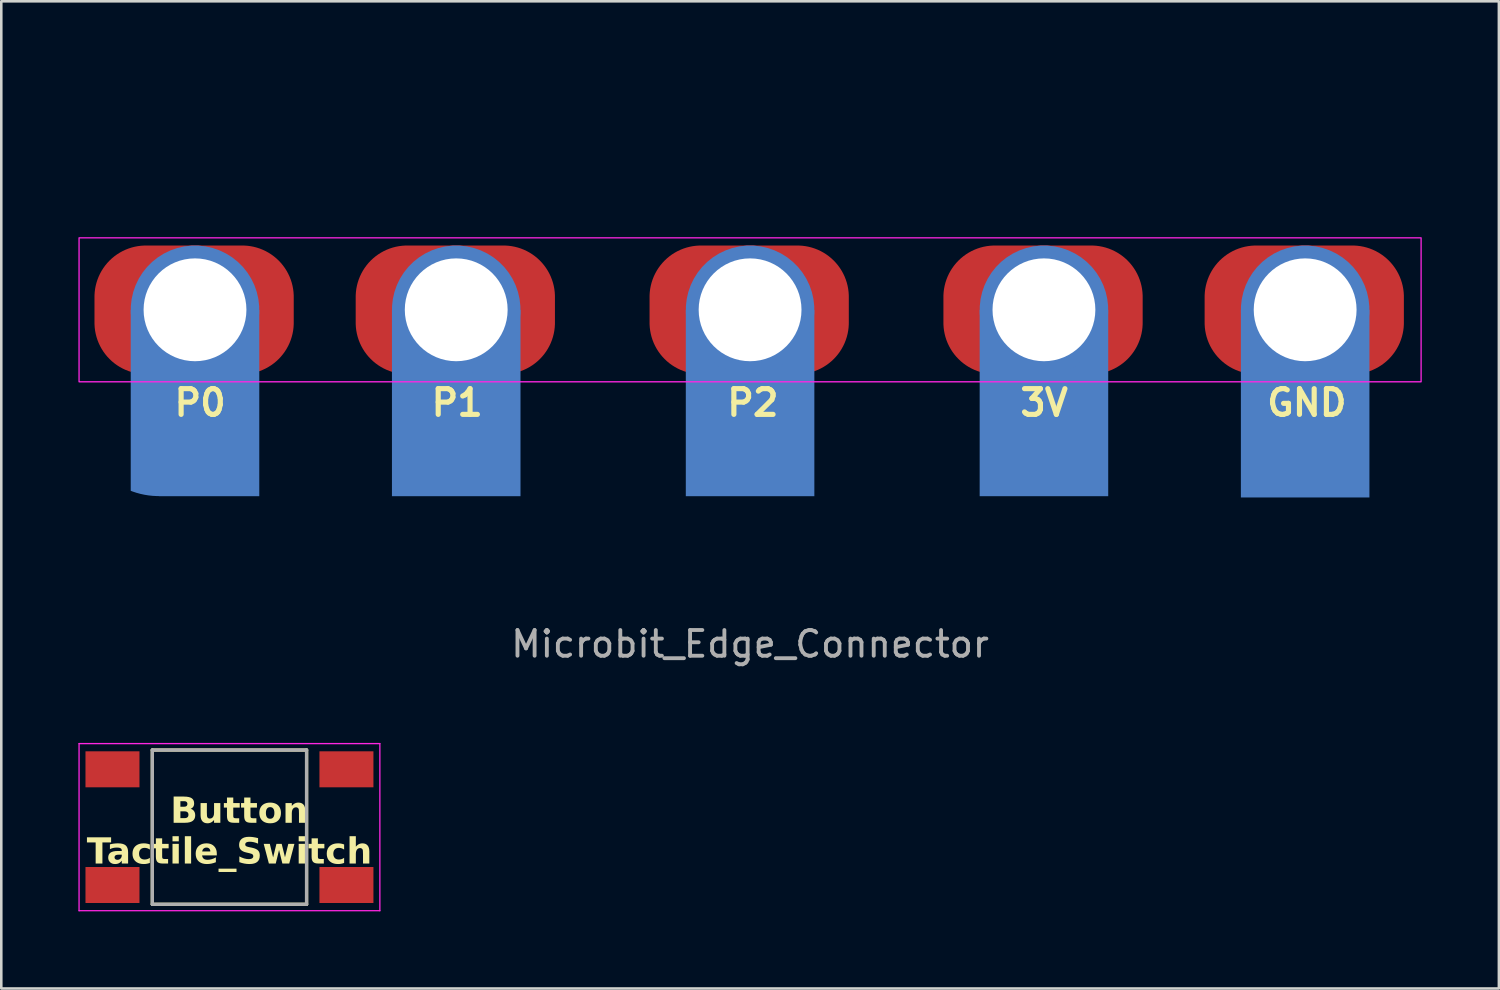
<source format=kicad_pcb>
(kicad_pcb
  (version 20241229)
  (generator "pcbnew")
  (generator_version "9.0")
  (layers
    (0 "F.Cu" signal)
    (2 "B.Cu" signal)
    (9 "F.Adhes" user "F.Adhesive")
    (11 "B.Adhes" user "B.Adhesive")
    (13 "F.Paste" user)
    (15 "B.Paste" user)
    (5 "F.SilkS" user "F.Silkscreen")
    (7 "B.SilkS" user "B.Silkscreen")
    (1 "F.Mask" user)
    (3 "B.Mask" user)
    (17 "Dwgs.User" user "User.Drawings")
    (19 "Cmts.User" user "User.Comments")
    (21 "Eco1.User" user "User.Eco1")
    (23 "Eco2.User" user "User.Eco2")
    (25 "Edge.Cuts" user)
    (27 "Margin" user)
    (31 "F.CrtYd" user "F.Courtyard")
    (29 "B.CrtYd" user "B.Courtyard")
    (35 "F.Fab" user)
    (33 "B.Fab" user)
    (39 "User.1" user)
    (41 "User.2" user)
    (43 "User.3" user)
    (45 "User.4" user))
  (footprint "Microbit_Edge_Connector"
    (layer "F.Cu")
    (at 26.125 9)
    (property "Reference" "Microbit_Edge_Connector" (at 0 13 0) (unlocked yes) (layer "F.Fab") (effects (font (size 1 1) (thickness 0.15))))
    (fp_poly (pts (xy -23 7.25) (xy -23.168 7.248) (xy -23.503 7.21) (xy -23.831 7.135) (xy -24.149 7.024) (xy -24.452 6.878) (xy -24.737 6.699) (xy -25.001 6.489) (xy -25.239 6.251) (xy -25.449 5.987) (xy -25.628 5.702) (xy -25.774 5.399) (xy -25.885 5.081) (xy -25.96 4.753) (xy -25.998 4.418) (xy -26 4.25) (xy -26 -9) (xy 26 -9) (xy 26 4.25) (xy 25.998 4.418) (xy 25.96 4.753) (xy 25.885 5.081) (xy 25.774 5.399) (xy 25.628 5.702) (xy 25.449 5.987) (xy 25.239 6.251) (xy 25.001 6.489) (xy 24.737 6.699) (xy 24.452 6.878) (xy 24.149 7.024) (xy 23.831 7.135) (xy 23.503 7.21) (xy 23.168 7.248) (xy 23 7.25)) (stroke (width 0) (type solid)) (fill yes) (layer "B.Mask"))
    (fp_rect (start -26.1 -2.8) (end 26.1 2.8) (stroke (width 0.05) (type default)) (fill no) (layer "F.CrtYd"))
    (fp_line (start -26 -5) (end -26 4.25) (stroke (width 0.1) (type default)) (layer "User.1"))
    (fp_line (start -23 7.25) (end 23 7.25) (stroke (width 0.1) (type default)) (layer "User.1"))
    (fp_line (start 26 -5) (end -26 -5) (stroke (width 0.1) (type default)) (layer "User.1"))
    (fp_line (start 26 -5) (end 26 4.25) (stroke (width 0.1) (type default)) (layer "User.1"))
    (fp_arc (start -22.999999 7.25) (mid -25.12132 6.37132) (end -26 4.249999) (stroke (width 0.1) (type default)) (layer "User.1"))
    (fp_arc (start 26 4.25) (mid 25.12132 6.37132) (end 23 7.25) (stroke (width 0.1) (type default)) (layer "User.1"))
    (fp_text user "GND" (at 20 4.2 0) (unlocked yes) (layer "F.SilkS") (effects (font (size 1 1) (thickness 0.2) (bold yes)) (justify left bottom)))
    (fp_text user "P1" (at -12.5 4.2 0) (unlocked yes) (layer "F.SilkS") (effects (font (size 1 1) (thickness 0.2) (bold yes)) (justify left bottom)))
    (fp_text user "P2" (at -1 4.2 0) (unlocked yes) (layer "F.SilkS") (effects (font (size 1 1) (thickness 0.2) (bold yes)) (justify left bottom)))
    (fp_text user "P0" (at -22.5 4.2 0) (unlocked yes) (layer "F.SilkS") (effects (font (size 1 1) (thickness 0.2) (bold yes)) (justify left bottom)))
    (fp_text user "3V" (at 10.4 4.2 0) (unlocked yes) (layer "F.SilkS") (effects (font (size 1 1) (thickness 0.2) (bold yes)) (justify left bottom)))
    (pad "1" smd custom (at -21.59 0) (size 1 1) (layers "F.Cu" "F.Mask") (options (anchor circle)) (primitives (gr_poly (pts (arc (start 1.84 2.5) (mid 3.254214 1.914214) (end 3.84 0.5)) (arc (start 3.84 -0.5) (mid 3.254214 -1.914214) (end 1.84 -2.5)) (arc (start -1.91 -2.5) (mid -3.324214 -1.914214) (end -3.91 -0.5)) (arc (start -3.91 0.5) (mid -3.324214 1.914214) (end -1.91 2.5))) (width 0) (fill yes))))
    (pad "1" thru_hole custom (at -21.59 0) (size 5 5) (drill 4) (layers "*.Cu") (remove_unused_layers yes) (keep_end_layers yes) (zone_layer_connections) (options (anchor circle)) (primitives))
    (pad "1" smd custom (at -21.49 0) (size 1 1) (layers "B.Cu") (options (anchor circle)) (primitives (gr_poly (pts (xy -1.51 7.25) (arc (start -1.509995 7.245363) (mid -2.064589 7.193574) (end -2.6 7.039999)) (xy -2.6 0) (xy 2.4 0) (xy 2.4 7.25)) (width 0) (fill yes))))
    (pad "2" smd custom (at -11.43 0) (size 1 1) (layers "F.Cu" "F.Mask") (options (anchor circle)) (primitives (gr_poly (pts (arc (start 1.84 2.5) (mid 3.254214 1.914214) (end 3.84 0.5)) (arc (start 3.84 -0.5) (mid 3.254214 -1.914214) (end 1.84 -2.5)) (arc (start -1.91 -2.5) (mid -3.324214 -1.914214) (end -3.91 -0.5)) (arc (start -3.91 0.5) (mid -3.324214 1.914214) (end -1.91 2.5))) (width 0) (fill yes))))
    (pad "2" smd custom (at -11.43 0) (size 1 1) (layers "B.Cu") (options (anchor circle)) (primitives (gr_poly (pts (xy 2.5 7.25) (xy 2.5 0) (xy -2.5 0) (xy -2.5 7.25)) (width 0) (fill yes))))
    (pad "2" thru_hole custom (at -11.43 0) (size 5 5) (drill 4) (layers "*.Cu") (options (anchor circle)) (primitives))
    (pad "3" smd custom (at 0 0) (size 1 1) (layers "F.Cu" "F.Mask") (options (anchor circle)) (primitives (gr_poly (pts (arc (start 1.84 2.5) (mid 3.254214 1.914214) (end 3.84 0.5)) (arc (start 3.84 -0.5) (mid 3.254214 -1.914214) (end 1.84 -2.5)) (arc (start -1.91 -2.5) (mid -3.324214 -1.914214) (end -3.91 -0.5)) (arc (start -3.91 0.5) (mid -3.324214 1.914214) (end -1.91 2.5))) (width 0) (fill yes))))
    (pad "3" smd custom (at 0 0) (size 1 1) (layers "B.Cu") (options (anchor circle)) (primitives (gr_poly (pts (xy 2.5 7.25) (xy 2.5 0) (xy -2.5 0) (xy -2.5 7.25)) (width 0) (fill yes))))
    (pad "3" thru_hole custom (at 0 0) (size 5 5) (drill 4) (layers "*.Cu") (options (anchor circle)) (primitives))
    (pad "4" smd custom (at 11.4 3.5) (size 1 1) (layers "B.Cu") (options (anchor circle)) (primitives (gr_poly (pts (xy 2.53 3.75) (xy 2.53 -3.5) (xy -2.47 -3.5) (xy -2.47 3.75)) (width 0) (fill yes))))
    (pad "4" smd custom (at 11.43 0) (size 1 1) (layers "F.Cu" "F.Mask") (options (anchor circle)) (primitives (gr_poly (pts (arc (start 1.84 2.5) (mid 3.254214 1.914214) (end 3.84 0.5)) (arc (start 3.84 -0.5) (mid 3.254214 -1.914214) (end 1.84 -2.5)) (arc (start -1.91 -2.5) (mid -3.324214 -1.914214) (end -3.91 -0.5)) (arc (start -3.91 0.5) (mid -3.324214 1.914214) (end -1.91 2.5))) (width 0) (fill yes))))
    (pad "4" thru_hole custom (at 11.43 0) (size 5 5) (drill 4) (layers "*.Cu") (options (anchor circle)) (primitives))
    (pad "5" smd custom (at 21.49 0) (size 1 1) (layers "B.Cu") (options (anchor circle)) (primitives (gr_poly (pts (xy 2.6 7.3) (xy 2.6 0) (xy -2.4 0) (xy -2.4 7.3)) (width 0) (fill yes))))
    (pad "5" smd custom (at 21.59 0) (size 1 1) (layers "F.Cu" "F.Mask") (options (anchor circle)) (primitives (gr_poly (pts (arc (start 1.84 2.5) (mid 3.254214 1.914214) (end 3.84 0.5)) (arc (start 3.84 -0.5) (mid 3.254214 -1.914214) (end 1.84 -2.5)) (arc (start -1.91 -2.5) (mid -3.324214 -1.914214) (end -3.91 -0.5)) (arc (start -3.91 0.5) (mid -3.324214 1.914214) (end -1.91 2.5))) (width 0) (fill yes))))
    (pad "5" thru_hole custom (at 21.59 0) (size 5 5) (drill 4) (layers "*.Cu") (options (anchor circle)) (primitives))
    (zone (net_name "") (layer "B.Cu") (name "Zone fill keepout") (hatch edge 0.5) (connect_pads) (min_thickness 0.25) (filled_areas_thickness no) (keepout (tracks not_allowed) (vias not_allowed) (pads allowed) (copperpour not_allowed) (footprints allowed)) (placement (enabled no)) (fill) (polygon (pts (xy 3.125 16.25) (xy 2.957 16.248) (xy 2.622 16.21) (xy 2.294 16.135) (xy 1.976 16.024) (xy 1.673 15.878) (xy 1.388 15.699) (xy 1.124 15.489) (xy 0.886 15.251) (xy 0.676 14.987) (xy 0.497 14.702) (xy 0.351 14.399) (xy 0.24 14.081) (xy 0.165 13.753) (xy 0.127 13.418) (xy 0.125 13.25) (xy 0.125 0) (xy 52.125 0) (xy 52.125 13.25) (xy 52.123 13.418) (xy 52.085 13.753) (xy 52.01 14.081) (xy 51.899 14.399) (xy 51.753 14.702) (xy 51.574 14.987) (xy 51.364 15.251) (xy 51.126 15.489) (xy 50.862 15.699) (xy 50.577 15.878) (xy 50.274 16.024) (xy 49.956 16.135) (xy 49.628 16.21) (xy 49.293 16.248) (xy 49.125 16.25)))))
  (footprint "Tactile_Switch"
    (layer "F.Cu")
    (at 5.875 29.123)
    (property "Reference" "Tactile_Switch" (at 0 1 0) (layer "F.SilkS") (effects (font (face "Segoe UI This") (size 1 1) (thickness 0.2) (bold yes))))
    (attr smd)
    (fp_line (start -3 -3) (end -3 3) (stroke (width 0.127) (type solid)) (layer "F.SilkS"))
    (fp_line (start -3 3) (end 3 3) (stroke (width 0.127) (type solid)) (layer "F.SilkS"))
    (fp_line (start 3 -3) (end -3 -3) (stroke (width 0.127) (type solid)) (layer "F.SilkS"))
    (fp_line (start 3 3) (end 3 -3) (stroke (width 0.127) (type solid)) (layer "F.SilkS"))
    (fp_line (start -5.85 -3.25) (end -5.85 3.25) (stroke (width 0.05) (type solid)) (layer "F.CrtYd"))
    (fp_line (start -5.85 3.25) (end 5.85 3.25) (stroke (width 0.05) (type solid)) (layer "F.CrtYd"))
    (fp_line (start 5.85 -3.25) (end -5.85 -3.25) (stroke (width 0.05) (type solid)) (layer "F.CrtYd"))
    (fp_line (start 5.85 3.25) (end 5.85 -3.25) (stroke (width 0.05) (type solid)) (layer "F.CrtYd"))
    (fp_line (start -3 -3) (end -3 3) (stroke (width 0.127) (type solid)) (layer "F.Fab"))
    (fp_line (start -3 3) (end 3 3) (stroke (width 0.127) (type solid)) (layer "F.Fab"))
    (fp_line (start 3 -3) (end -3 -3) (stroke (width 0.127) (type solid)) (layer "F.Fab"))
    (fp_line (start 3 3) (end 3 -3) (stroke (width 0.127) (type solid)) (layer "F.Fab"))
    (fp_text user "Button" (at -2.3 0 0) (unlocked yes) (layer "F.SilkS") (effects (font (face "Segoe UI This") (size 1 1) (thickness 0.2) (bold yes)) (justify left bottom)))
    (pad "1" smd rect (at -4.55 -2.25) (size 2.1 1.4) (layers "F.Cu" "F.Mask" "F.Paste"))
    (pad "2" smd rect (at -4.55 2.25) (size 2.1 1.4) (layers "F.Cu" "F.Mask" "F.Paste"))
    (pad "3" smd rect (at 4.55 -2.25) (size 2.1 1.4) (layers "F.Cu" "F.Mask" "F.Paste"))
    (pad "4" smd rect (at 4.55 2.25) (size 2.1 1.4) (layers "F.Cu" "F.Mask" "F.Paste")))
  (gr_rect
    (start -3 -3)
    (end 55.25 35.398)
    (stroke (width 0.1) (type default))
    (fill no)
    (layer "Edge.Cuts")))
</source>
